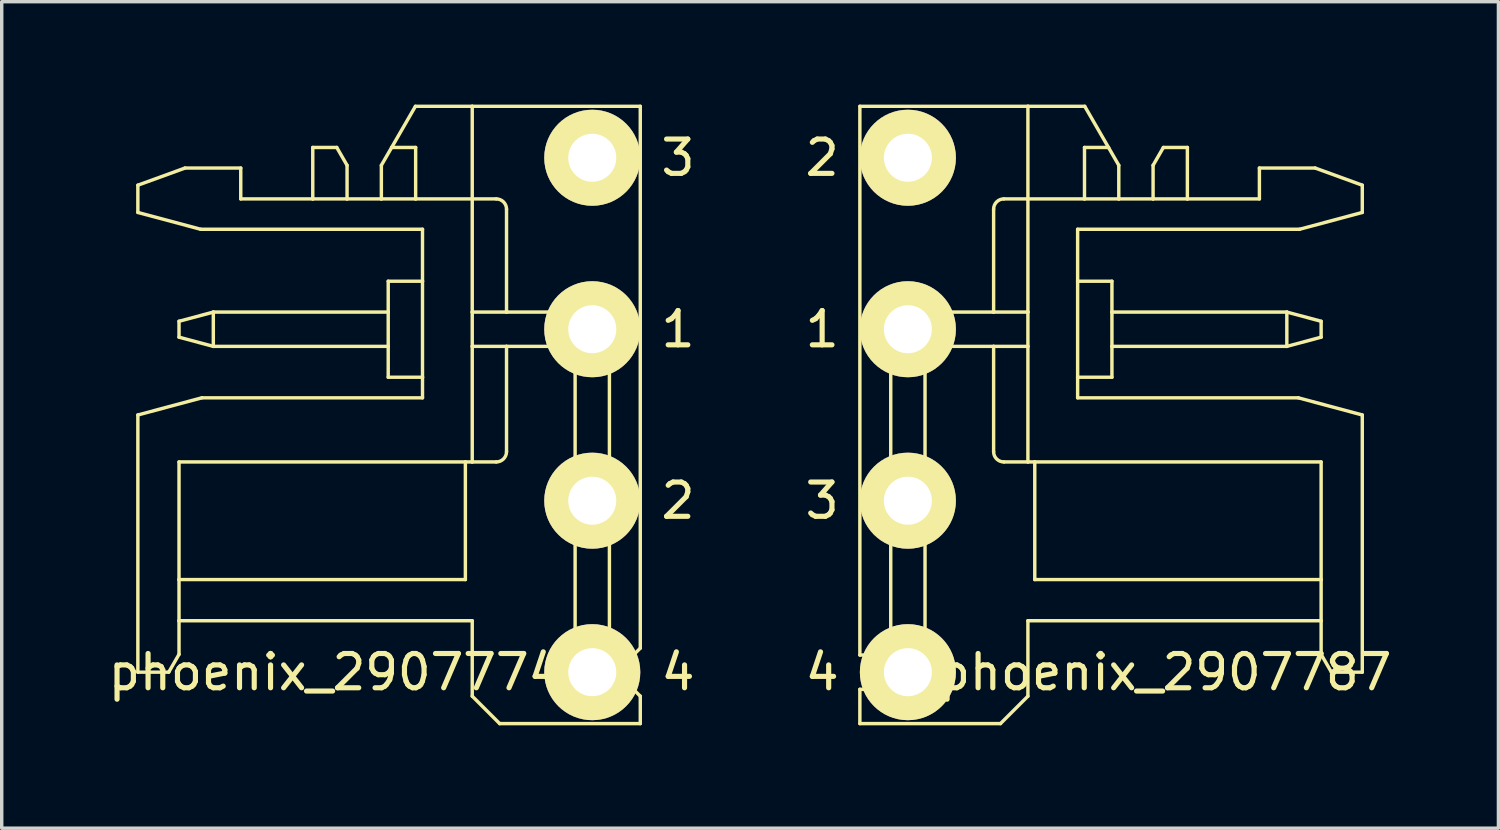
<source format=kicad_pcb>
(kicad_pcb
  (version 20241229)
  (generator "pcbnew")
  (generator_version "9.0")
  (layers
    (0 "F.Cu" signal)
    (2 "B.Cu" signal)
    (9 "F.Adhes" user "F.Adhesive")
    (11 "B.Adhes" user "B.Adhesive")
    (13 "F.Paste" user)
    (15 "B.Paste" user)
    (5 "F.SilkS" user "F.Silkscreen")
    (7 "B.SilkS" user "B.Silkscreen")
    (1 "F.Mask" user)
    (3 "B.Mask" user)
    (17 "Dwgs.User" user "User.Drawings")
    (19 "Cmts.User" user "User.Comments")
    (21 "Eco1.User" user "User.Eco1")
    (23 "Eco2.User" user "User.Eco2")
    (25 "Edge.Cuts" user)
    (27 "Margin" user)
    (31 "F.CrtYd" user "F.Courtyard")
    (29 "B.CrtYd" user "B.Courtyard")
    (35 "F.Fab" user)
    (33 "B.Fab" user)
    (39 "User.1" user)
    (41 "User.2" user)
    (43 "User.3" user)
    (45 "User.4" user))
  (footprint "phoenix_2907774"
    (layer "F.Cu")
    (at 14.22 9.05)
    (property "Reference" "phoenix_2907774" (at -7.5 7.5 0) (layer "F.SilkS") (effects (font (size 1 1) (thickness 0.15))))
    (attr through_hole)
    (fp_line (start -13.25 -6.7) (end -11.876 -7.2) (stroke (width 0.1) (type solid)) (layer "F.SilkS"))
    (fp_line (start -13.25 -5.905) (end -13.25 -6.7) (stroke (width 0.1) (type solid)) (layer "F.SilkS"))
    (fp_line (start -13.25 -5.905) (end -11.421 -5.415) (stroke (width 0.1) (type solid)) (layer "F.SilkS"))
    (fp_line (start -13.25 0) (end -11.384 -0.5) (stroke (width 0.1) (type solid)) (layer "F.SilkS"))
    (fp_line (start -13.25 7.5) (end -13.25 0) (stroke (width 0.1) (type solid)) (layer "F.SilkS"))
    (fp_line (start -13.25 7.5) (end -12.35 7.5) (stroke (width 0.1) (type solid)) (layer "F.SilkS"))
    (fp_line (start -12.35 7.5) (end -12.05 6.98) (stroke (width 0.1) (type solid)) (layer "F.SilkS"))
    (fp_line (start -12.05 -2.732) (end -11.05 -3) (stroke (width 0.1) (type solid)) (layer "F.SilkS"))
    (fp_line (start -12.05 -2.268) (end -12.05 -2.732) (stroke (width 0.1) (type solid)) (layer "F.SilkS"))
    (fp_line (start -12.05 -2.268) (end -11.05 -2) (stroke (width 0.1) (type solid)) (layer "F.SilkS"))
    (fp_line (start -12.05 4.8) (end -12.05 1.37) (stroke (width 0.1) (type solid)) (layer "F.SilkS"))
    (fp_line (start -12.05 4.8) (end -3.7 4.8) (stroke (width 0.1) (type solid)) (layer "F.SilkS"))
    (fp_line (start -12.05 6) (end -12.05 4.8) (stroke (width 0.1) (type solid)) (layer "F.SilkS"))
    (fp_line (start -12.05 6.98) (end -12.05 6) (stroke (width 0.1) (type solid)) (layer "F.SilkS"))
    (fp_line (start -11.876 -7.2) (end -10.25 -7.2) (stroke (width 0.1) (type solid)) (layer "F.SilkS"))
    (fp_line (start -11.421 -5.415) (end -4.95 -5.415) (stroke (width 0.1) (type solid)) (layer "F.SilkS"))
    (fp_line (start -11.05 -3) (end -5.95 -3) (stroke (width 0.1) (type solid)) (layer "F.SilkS"))
    (fp_line (start -11.05 -2) (end -11.05 -3) (stroke (width 0.1) (type solid)) (layer "F.SilkS"))
    (fp_line (start -10.25 -7.2) (end -10.25 -6.3) (stroke (width 0.1) (type solid)) (layer "F.SilkS"))
    (fp_line (start -10.25 -6.3) (end -8.15 -6.3) (stroke (width 0.1) (type solid)) (layer "F.SilkS"))
    (fp_line (start -8.15 -7.8) (end -7.45 -7.8) (stroke (width 0.1) (type solid)) (layer "F.SilkS"))
    (fp_line (start -8.15 -6.3) (end -8.15 -7.8) (stroke (width 0.1) (type solid)) (layer "F.SilkS"))
    (fp_line (start -7.45 -7.8) (end -7.15 -7.28) (stroke (width 0.1) (type solid)) (layer "F.SilkS"))
    (fp_line (start -7.15 -7.28) (end -7.15 -6.3) (stroke (width 0.1) (type solid)) (layer "F.SilkS"))
    (fp_line (start -7.15 -6.3) (end -8.15 -6.3) (stroke (width 0.1) (type solid)) (layer "F.SilkS"))
    (fp_line (start -6.15 -7.28) (end -5.85 -7.8) (stroke (width 0.1) (type solid)) (layer "F.SilkS"))
    (fp_line (start -6.15 -6.3) (end -7.15 -6.3) (stroke (width 0.1) (type solid)) (layer "F.SilkS"))
    (fp_line (start -6.15 -6.3) (end -6.15 -7.28) (stroke (width 0.1) (type solid)) (layer "F.SilkS"))
    (fp_line (start -5.95 -3) (end -5.95 -3.9) (stroke (width 0.1) (type solid)) (layer "F.SilkS"))
    (fp_line (start -5.95 -2) (end -11.05 -2) (stroke (width 0.1) (type solid)) (layer "F.SilkS"))
    (fp_line (start -5.95 -2) (end -5.95 -3) (stroke (width 0.1) (type solid)) (layer "F.SilkS"))
    (fp_line (start -5.95 -1.1) (end -5.95 -2) (stroke (width 0.1) (type solid)) (layer "F.SilkS"))
    (fp_line (start -5.157 -9) (end -5.85 -7.8) (stroke (width 0.1) (type solid)) (layer "F.SilkS"))
    (fp_line (start -5.15 -7.8) (end -5.85 -7.8) (stroke (width 0.1) (type solid)) (layer "F.SilkS"))
    (fp_line (start -5.15 -6.3) (end -6.15 -6.3) (stroke (width 0.1) (type solid)) (layer "F.SilkS"))
    (fp_line (start -5.15 -6.3) (end -5.15 -7.8) (stroke (width 0.1) (type solid)) (layer "F.SilkS"))
    (fp_line (start -4.95 -5.415) (end -4.95 -3.9) (stroke (width 0.1) (type solid)) (layer "F.SilkS"))
    (fp_line (start -4.95 -3.9) (end -5.95 -3.9) (stroke (width 0.1) (type solid)) (layer "F.SilkS"))
    (fp_line (start -4.95 -3.9) (end -4.95 -1.1) (stroke (width 0.1) (type solid)) (layer "F.SilkS"))
    (fp_line (start -4.95 -1.1) (end -5.95 -1.1) (stroke (width 0.1) (type solid)) (layer "F.SilkS"))
    (fp_line (start -4.95 -1.1) (end -4.95 -0.5) (stroke (width 0.1) (type solid)) (layer "F.SilkS"))
    (fp_line (start -4.95 -0.5) (end -11.384 -0.5) (stroke (width 0.1) (type solid)) (layer "F.SilkS"))
    (fp_line (start -3.7 1.37) (end -12.05 1.37) (stroke (width 0.1) (type solid)) (layer "F.SilkS"))
    (fp_line (start -3.7 4.8) (end -3.7 1.37) (stroke (width 0.1) (type solid)) (layer "F.SilkS"))
    (fp_line (start -3.5 -9) (end -5.157 -9) (stroke (width 0.1) (type solid)) (layer "F.SilkS"))
    (fp_line (start -3.5 -9) (end -3.5 -6.3) (stroke (width 0.1) (type solid)) (layer "F.SilkS"))
    (fp_line (start -3.5 -9) (end 1.4 -9) (stroke (width 0.1) (type solid)) (layer "F.SilkS"))
    (fp_line (start -3.5 -6.3) (end -5.15 -6.3) (stroke (width 0.1) (type solid)) (layer "F.SilkS"))
    (fp_line (start -3.5 -6.3) (end -3.5 -3) (stroke (width 0.1) (type solid)) (layer "F.SilkS"))
    (fp_line (start -3.5 -3) (end -3.5 -2) (stroke (width 0.1) (type solid)) (layer "F.SilkS"))
    (fp_line (start -3.5 -3) (end -2.5 -3) (stroke (width 0.1) (type solid)) (layer "F.SilkS"))
    (fp_line (start -3.5 -2) (end -3.5 1.37) (stroke (width 0.1) (type solid)) (layer "F.SilkS"))
    (fp_line (start -3.5 -2) (end -2.5 -2) (stroke (width 0.1) (type solid)) (layer "F.SilkS"))
    (fp_line (start -3.5 1.37) (end -3.7 1.37) (stroke (width 0.1) (type solid)) (layer "F.SilkS"))
    (fp_line (start -3.5 6) (end -12.05 6) (stroke (width 0.1) (type solid)) (layer "F.SilkS"))
    (fp_line (start -3.5 8.2) (end -3.5 6) (stroke (width 0.1) (type solid)) (layer "F.SilkS"))
    (fp_line (start -3.5 8.2) (end -2.7 9) (stroke (width 0.1) (type solid)) (layer "F.SilkS"))
    (fp_line (start -2.8 -6.3) (end -3.5 -6.3) (stroke (width 0.1) (type solid)) (layer "F.SilkS"))
    (fp_line (start -2.8 1.37) (end -3.5 1.37) (stroke (width 0.1) (type solid)) (layer "F.SilkS"))
    (fp_line (start -2.7 9) (end 1.4 9) (stroke (width 0.1) (type solid)) (layer "F.SilkS"))
    (fp_line (start -2.5 -3) (end -2.5 -6) (stroke (width 0.1) (type solid)) (layer "F.SilkS"))
    (fp_line (start -2.5 -3) (end -0.7 -3) (stroke (width 0.1) (type solid)) (layer "F.SilkS"))
    (fp_line (start -2.5 -2) (end -0.7 -2) (stroke (width 0.1) (type solid)) (layer "F.SilkS"))
    (fp_line (start -2.5 1.07) (end -2.5 -2) (stroke (width 0.1) (type solid)) (layer "F.SilkS"))
    (fp_line (start -0.5 6.8) (end -0.5 -1.8) (stroke (width 0.1) (type solid)) (layer "F.SilkS"))
    (fp_line (start -0.5 8) (end -0.5 6.8) (stroke (width 0.1) (type solid)) (layer "F.SilkS"))
    (fp_line (start 0.5 6.8) (end -0.5 6.8) (stroke (width 0.1) (type solid)) (layer "F.SilkS"))
    (fp_line (start 0.5 6.8) (end 0.5 -1.8) (stroke (width 0.1) (type solid)) (layer "F.SilkS"))
    (fp_line (start 0.5 7) (end 0.5 6.8) (stroke (width 0.1) (type solid)) (layer "F.SilkS"))
    (fp_line (start 0.5 7.01) (end 0.5 7) (stroke (width 0.1) (type solid)) (layer "F.SilkS"))
    (fp_line (start 0.5 7.99) (end 0.5 7.01) (stroke (width 0.1) (type solid)) (layer "F.SilkS"))
    (fp_line (start 0.5 8) (end -0.5 8) (stroke (width 0.1) (type solid)) (layer "F.SilkS"))
    (fp_line (start 0.5 8) (end 0.5 7.99) (stroke (width 0.1) (type solid)) (layer "F.SilkS"))
    (fp_line (start 1.2 7) (end 0.5 7) (stroke (width 0.1) (type solid)) (layer "F.SilkS"))
    (fp_line (start 1.2 8) (end 0.5 8) (stroke (width 0.1) (type solid)) (layer "F.SilkS"))
    (fp_line (start 1.4 6.8) (end 1.2 7) (stroke (width 0.1) (type solid)) (layer "F.SilkS"))
    (fp_line (start 1.4 6.8) (end 1.4 -9) (stroke (width 0.1) (type solid)) (layer "F.SilkS"))
    (fp_line (start 1.4 8.2) (end 1.2 8) (stroke (width 0.1) (type solid)) (layer "F.SilkS"))
    (fp_line (start 1.4 9) (end 1.4 8.2) (stroke (width 0.1) (type solid)) (layer "F.SilkS"))
    (fp_arc (start -2.8 -6.3) (mid -2.587868 -6.212132) (end -2.5 -6) (stroke (width 0.1) (type solid)) (layer "F.SilkS"))
    (fp_arc (start -2.5 1.07) (mid -2.587868 1.282132) (end -2.8 1.37) (stroke (width 0.1) (type solid)) (layer "F.SilkS"))
    (fp_arc (start -0.7 -3) (mid 0.148528 -2.648528) (end 0.5 -1.8) (stroke (width 0.1) (type solid)) (layer "F.SilkS"))
    (fp_arc (start -0.7 -2) (mid -0.558579 -1.941421) (end -0.5 -1.8) (stroke (width 0.1) (type solid)) (layer "F.SilkS"))
    (fp_arc (start 0.5 7.010102) (mid 0.7 7.5) (end 0.5 7.989898) (stroke (width 0.1) (type solid)) (layer "F.SilkS"))
    (fp_text user "1" (at 2.5 -2.5 0) (layer "F.SilkS") (effects (font (size 1 1) (thickness 0.15))))
    (fp_text user "4" (at 2.5 7.5 0) (layer "F.SilkS") (effects (font (size 1 1) (thickness 0.15))))
    (fp_text user "2" (at 2.5 2.5 0) (layer "F.SilkS") (effects (font (size 1 1) (thickness 0.15))))
    (fp_text user "3" (at 2.5 -7.5 0) (layer "F.SilkS") (effects (font (size 1 1) (thickness 0.15))))
    (pad "1" thru_hole circle (at 0 -2.5) (size 2.8 2.8) (drill 1.4) (layers "*.Cu" "*.Mask" "F.SilkS"))
    (pad "2" thru_hole circle (at 0 2.5) (size 2.8 2.8) (drill 1.4) (layers "*.Cu" "*.Mask" "F.SilkS"))
    (pad "3" thru_hole circle (at 0 -7.5) (size 2.8 2.8) (drill 1.4) (layers "*.Cu" "*.Mask" "F.SilkS"))
    (pad "4" thru_hole circle (at 0 7.5) (size 2.8 2.8) (drill 1.4) (layers "*.Cu" "*.Mask" "F.SilkS")))
  (footprint "phoenix_2907787"
    (layer "F.Cu")
    (at 23.423 9.05)
    (property "Reference" "phoenix_2907787" (at 7.5 7.5 0) (layer "F.SilkS") (effects (font (size 1 1) (thickness 0.15))))
    (attr through_hole)
    (fp_line (start -1.4 -9) (end 3.5 -9) (stroke (width 0.1) (type solid)) (layer "F.SilkS"))
    (fp_line (start -1.4 7) (end -1.4 -9) (stroke (width 0.1) (type solid)) (layer "F.SilkS"))
    (fp_line (start -1.4 8) (end -0.5 8) (stroke (width 0.1) (type solid)) (layer "F.SilkS"))
    (fp_line (start -1.4 9) (end -1.4 8) (stroke (width 0.1) (type solid)) (layer "F.SilkS"))
    (fp_line (start -0.5 6.8) (end -0.5 -1.8) (stroke (width 0.1) (type solid)) (layer "F.SilkS"))
    (fp_line (start -0.5 6.8) (end 0.5 6.8) (stroke (width 0.1) (type solid)) (layer "F.SilkS"))
    (fp_line (start -0.5 7) (end -1.4 7) (stroke (width 0.1) (type solid)) (layer "F.SilkS"))
    (fp_line (start -0.5 7) (end -0.5 6.8) (stroke (width 0.1) (type solid)) (layer "F.SilkS"))
    (fp_line (start -0.5 7.01) (end -0.5 7) (stroke (width 0.1) (type solid)) (layer "F.SilkS"))
    (fp_line (start -0.5 7.99) (end -0.5 7.01) (stroke (width 0.1) (type solid)) (layer "F.SilkS"))
    (fp_line (start -0.5 8) (end -0.5 7.99) (stroke (width 0.1) (type solid)) (layer "F.SilkS"))
    (fp_line (start -0.5 8) (end 0.5 8) (stroke (width 0.1) (type solid)) (layer "F.SilkS"))
    (fp_line (start 0.5 6.8) (end 0.5 -1.8) (stroke (width 0.1) (type solid)) (layer "F.SilkS"))
    (fp_line (start 0.5 8) (end 0.5 6.8) (stroke (width 0.1) (type solid)) (layer "F.SilkS"))
    (fp_line (start 2.5 -6) (end 2.5 -3) (stroke (width 0.1) (type solid)) (layer "F.SilkS"))
    (fp_line (start 2.5 -3) (end 0.7 -3) (stroke (width 0.1) (type solid)) (layer "F.SilkS"))
    (fp_line (start 2.5 -2) (end 0.7 -2) (stroke (width 0.1) (type solid)) (layer "F.SilkS"))
    (fp_line (start 2.5 -2) (end 2.5 1.07) (stroke (width 0.1) (type solid)) (layer "F.SilkS"))
    (fp_line (start 2.7 9) (end -1.4 9) (stroke (width 0.1) (type solid)) (layer "F.SilkS"))
    (fp_line (start 2.8 -6.3) (end 3.5 -6.3) (stroke (width 0.1) (type solid)) (layer "F.SilkS"))
    (fp_line (start 2.8 1.37) (end 3.5 1.37) (stroke (width 0.1) (type solid)) (layer "F.SilkS"))
    (fp_line (start 3.5 -9) (end 3.5 -6.3) (stroke (width 0.1) (type solid)) (layer "F.SilkS"))
    (fp_line (start 3.5 -9) (end 5.157 -9) (stroke (width 0.1) (type solid)) (layer "F.SilkS"))
    (fp_line (start 3.5 -6.3) (end 3.5 -3) (stroke (width 0.1) (type solid)) (layer "F.SilkS"))
    (fp_line (start 3.5 -6.3) (end 5.15 -6.3) (stroke (width 0.1) (type solid)) (layer "F.SilkS"))
    (fp_line (start 3.5 -3) (end 2.5 -3) (stroke (width 0.1) (type solid)) (layer "F.SilkS"))
    (fp_line (start 3.5 -3) (end 3.5 -2) (stroke (width 0.1) (type solid)) (layer "F.SilkS"))
    (fp_line (start 3.5 -2) (end 2.5 -2) (stroke (width 0.1) (type solid)) (layer "F.SilkS"))
    (fp_line (start 3.5 -2) (end 3.5 1.37) (stroke (width 0.1) (type solid)) (layer "F.SilkS"))
    (fp_line (start 3.5 1.37) (end 3.7 1.37) (stroke (width 0.1) (type solid)) (layer "F.SilkS"))
    (fp_line (start 3.5 8.2) (end 2.7 9) (stroke (width 0.1) (type solid)) (layer "F.SilkS"))
    (fp_line (start 3.5 8.2) (end 3.5 6) (stroke (width 0.1) (type solid)) (layer "F.SilkS"))
    (fp_line (start 3.7 1.37) (end 3.7 4.8) (stroke (width 0.1) (type solid)) (layer "F.SilkS"))
    (fp_line (start 3.7 1.37) (end 12.05 1.37) (stroke (width 0.1) (type solid)) (layer "F.SilkS"))
    (fp_line (start 3.7 4.8) (end 12.05 4.8) (stroke (width 0.1) (type solid)) (layer "F.SilkS"))
    (fp_line (start 4.95 -3.9) (end 4.95 -5.415) (stroke (width 0.1) (type solid)) (layer "F.SilkS"))
    (fp_line (start 4.95 -3.9) (end 5.95 -3.9) (stroke (width 0.1) (type solid)) (layer "F.SilkS"))
    (fp_line (start 4.95 -1.1) (end 4.95 -3.9) (stroke (width 0.1) (type solid)) (layer "F.SilkS"))
    (fp_line (start 4.95 -1.1) (end 5.95 -1.1) (stroke (width 0.1) (type solid)) (layer "F.SilkS"))
    (fp_line (start 4.95 -0.5) (end 4.95 -1.1) (stroke (width 0.1) (type solid)) (layer "F.SilkS"))
    (fp_line (start 5.15 -7.8) (end 5.15 -6.3) (stroke (width 0.1) (type solid)) (layer "F.SilkS"))
    (fp_line (start 5.85 -7.8) (end 5.15 -7.8) (stroke (width 0.1) (type solid)) (layer "F.SilkS"))
    (fp_line (start 5.85 -7.8) (end 5.157 -9) (stroke (width 0.1) (type solid)) (layer "F.SilkS"))
    (fp_line (start 5.85 -7.8) (end 6.15 -7.28) (stroke (width 0.1) (type solid)) (layer "F.SilkS"))
    (fp_line (start 5.95 -3.9) (end 5.95 -3) (stroke (width 0.1) (type solid)) (layer "F.SilkS"))
    (fp_line (start 5.95 -3) (end 5.95 -2) (stroke (width 0.1) (type solid)) (layer "F.SilkS"))
    (fp_line (start 5.95 -3) (end 11.05 -3) (stroke (width 0.1) (type solid)) (layer "F.SilkS"))
    (fp_line (start 5.95 -2) (end 5.95 -1.1) (stroke (width 0.1) (type solid)) (layer "F.SilkS"))
    (fp_line (start 5.95 -2) (end 11.05 -2) (stroke (width 0.1) (type solid)) (layer "F.SilkS"))
    (fp_line (start 6.15 -7.28) (end 6.15 -6.3) (stroke (width 0.1) (type solid)) (layer "F.SilkS"))
    (fp_line (start 6.15 -6.3) (end 5.15 -6.3) (stroke (width 0.1) (type solid)) (layer "F.SilkS"))
    (fp_line (start 7.15 -7.28) (end 7.45 -7.8) (stroke (width 0.1) (type solid)) (layer "F.SilkS"))
    (fp_line (start 7.15 -6.3) (end 6.15 -6.3) (stroke (width 0.1) (type solid)) (layer "F.SilkS"))
    (fp_line (start 7.15 -6.3) (end 7.15 -7.28) (stroke (width 0.1) (type solid)) (layer "F.SilkS"))
    (fp_line (start 7.45 -7.8) (end 8.15 -7.8) (stroke (width 0.1) (type solid)) (layer "F.SilkS"))
    (fp_line (start 8.15 -7.8) (end 8.15 -6.3) (stroke (width 0.1) (type solid)) (layer "F.SilkS"))
    (fp_line (start 8.15 -6.3) (end 7.15 -6.3) (stroke (width 0.1) (type solid)) (layer "F.SilkS"))
    (fp_line (start 8.15 -6.3) (end 10.25 -6.3) (stroke (width 0.1) (type solid)) (layer "F.SilkS"))
    (fp_line (start 10.25 -7.2) (end 11.876 -7.2) (stroke (width 0.1) (type solid)) (layer "F.SilkS"))
    (fp_line (start 10.25 -6.3) (end 10.25 -7.2) (stroke (width 0.1) (type solid)) (layer "F.SilkS"))
    (fp_line (start 11.05 -3) (end 11.05 -2) (stroke (width 0.1) (type solid)) (layer "F.SilkS"))
    (fp_line (start 11.384 -0.5) (end 4.95 -0.5) (stroke (width 0.1) (type solid)) (layer "F.SilkS"))
    (fp_line (start 11.421 -5.415) (end 4.95 -5.415) (stroke (width 0.1) (type solid)) (layer "F.SilkS"))
    (fp_line (start 11.421 -5.415) (end 13.25 -5.905) (stroke (width 0.1) (type solid)) (layer "F.SilkS"))
    (fp_line (start 11.876 -7.2) (end 13.25 -6.7) (stroke (width 0.1) (type solid)) (layer "F.SilkS"))
    (fp_line (start 12.05 -2.732) (end 11.05 -3) (stroke (width 0.1) (type solid)) (layer "F.SilkS"))
    (fp_line (start 12.05 -2.732) (end 12.05 -2.268) (stroke (width 0.1) (type solid)) (layer "F.SilkS"))
    (fp_line (start 12.05 -2.268) (end 11.05 -2) (stroke (width 0.1) (type solid)) (layer "F.SilkS"))
    (fp_line (start 12.05 4.8) (end 12.05 1.37) (stroke (width 0.1) (type solid)) (layer "F.SilkS"))
    (fp_line (start 12.05 6) (end 3.5 6) (stroke (width 0.1) (type solid)) (layer "F.SilkS"))
    (fp_line (start 12.05 6) (end 12.05 4.8) (stroke (width 0.1) (type solid)) (layer "F.SilkS"))
    (fp_line (start 12.05 6.98) (end 12.05 6) (stroke (width 0.1) (type solid)) (layer "F.SilkS"))
    (fp_line (start 12.05 6.98) (end 12.35 7.5) (stroke (width 0.1) (type solid)) (layer "F.SilkS"))
    (fp_line (start 12.35 7.5) (end 13.25 7.5) (stroke (width 0.1) (type solid)) (layer "F.SilkS"))
    (fp_line (start 13.25 -5.905) (end 13.25 -6.7) (stroke (width 0.1) (type solid)) (layer "F.SilkS"))
    (fp_line (start 13.25 0) (end 11.384 -0.5) (stroke (width 0.1) (type solid)) (layer "F.SilkS"))
    (fp_line (start 13.25 0) (end 13.25 7.5) (stroke (width 0.1) (type solid)) (layer "F.SilkS"))
    (fp_arc (start -0.5 -1.8) (mid -0.148528 -2.648528) (end 0.7 -3) (stroke (width 0.1) (type solid)) (layer "F.SilkS"))
    (fp_arc (start -0.5 7.989898) (mid -0.7 7.5) (end -0.5 7.010102) (stroke (width 0.1) (type solid)) (layer "F.SilkS"))
    (fp_arc (start 0.5 -1.8) (mid 0.558579 -1.941421) (end 0.7 -2) (stroke (width 0.1) (type solid)) (layer "F.SilkS"))
    (fp_arc (start 2.5 -6) (mid 2.587868 -6.212132) (end 2.8 -6.3) (stroke (width 0.1) (type solid)) (layer "F.SilkS"))
    (fp_arc (start 2.8 1.37) (mid 2.587868 1.282132) (end 2.5 1.07) (stroke (width 0.1) (type solid)) (layer "F.SilkS"))
    (fp_text user "1" (at -2.5 -2.5 0) (layer "F.SilkS") (effects (font (size 1 1) (thickness 0.15))))
    (fp_text user "3" (at -2.5 2.5 0) (layer "F.SilkS") (effects (font (size 1 1) (thickness 0.15))))
    (fp_text user "4" (at -2.5 7.5 0) (layer "F.SilkS") (effects (font (size 1 1) (thickness 0.15))))
    (fp_text user "2" (at -2.5 -7.5 0) (layer "F.SilkS") (effects (font (size 1 1) (thickness 0.15))))
    (pad "1" thru_hole circle (at 0 -2.5) (size 2.8 2.8) (drill 1.4) (layers "*.Cu" "*.Mask" "F.SilkS"))
    (pad "2" thru_hole circle (at 0 -7.5) (size 2.8 2.8) (drill 1.4) (layers "*.Cu" "*.Mask" "F.SilkS"))
    (pad "3" thru_hole circle (at 0 2.5) (size 2.8 2.8) (drill 1.4) (layers "*.Cu" "*.Mask" "F.SilkS"))
    (pad "4" thru_hole circle (at 0 7.5) (size 2.8 2.8) (drill 1.4) (layers "*.Cu" "*.Mask" "F.SilkS")))
  (gr_rect
    (start -3 -3)
    (end 40.643 21.1)
    (stroke (width 0.1) (type default))
    (fill no)
    (layer "Edge.Cuts")))
</source>
